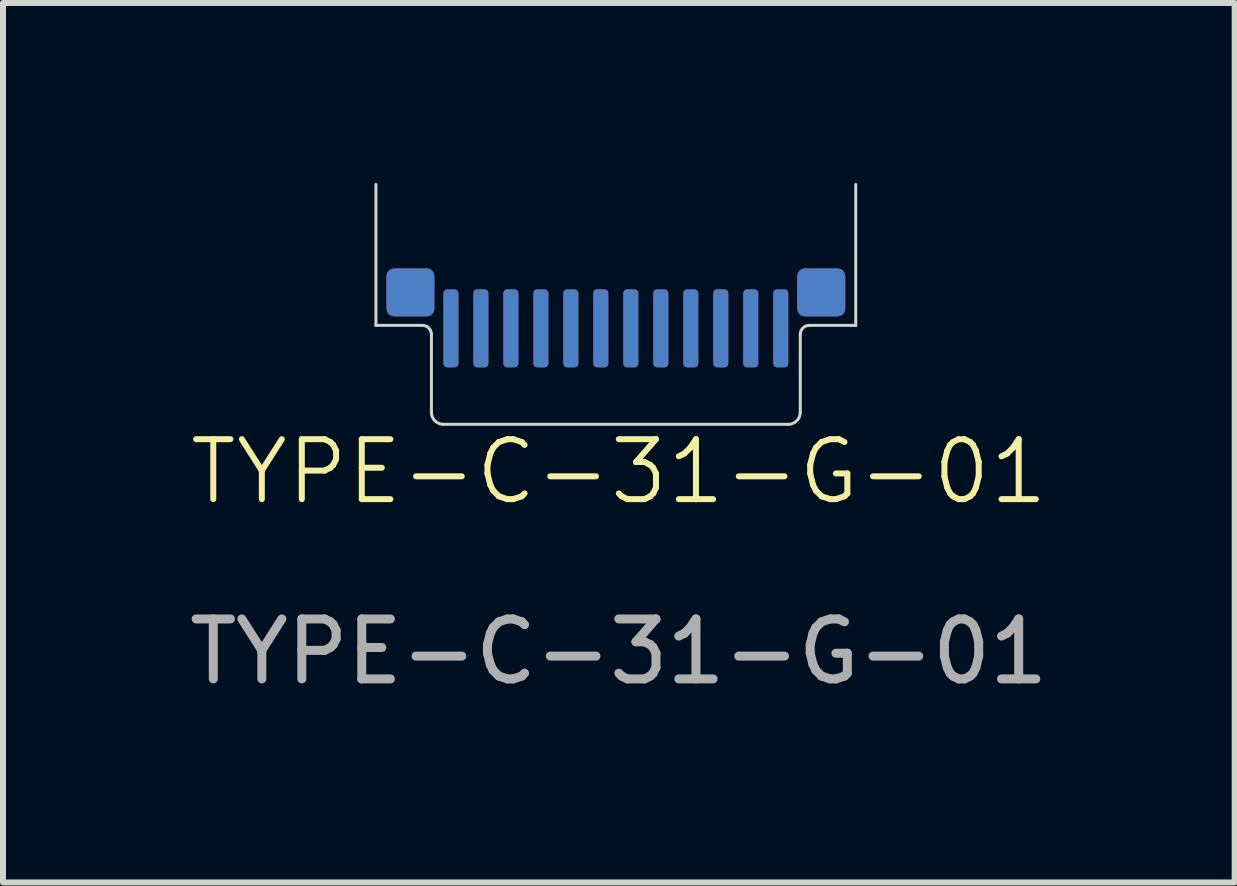
<source format=kicad_pcb>
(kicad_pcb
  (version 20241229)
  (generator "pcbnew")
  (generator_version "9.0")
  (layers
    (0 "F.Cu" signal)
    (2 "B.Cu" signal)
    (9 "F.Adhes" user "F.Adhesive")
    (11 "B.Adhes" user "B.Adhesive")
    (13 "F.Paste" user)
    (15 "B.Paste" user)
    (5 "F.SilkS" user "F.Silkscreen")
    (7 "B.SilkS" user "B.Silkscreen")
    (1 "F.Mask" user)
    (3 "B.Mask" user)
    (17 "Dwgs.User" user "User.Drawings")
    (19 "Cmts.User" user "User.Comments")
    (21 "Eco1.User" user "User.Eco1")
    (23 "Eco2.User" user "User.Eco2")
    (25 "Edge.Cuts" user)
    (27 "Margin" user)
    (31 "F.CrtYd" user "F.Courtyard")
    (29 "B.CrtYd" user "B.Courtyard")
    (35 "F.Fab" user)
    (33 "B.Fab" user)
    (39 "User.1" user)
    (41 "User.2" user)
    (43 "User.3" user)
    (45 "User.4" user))
  (footprint "TYPE-C-31-G-01"
    (layer "F.Cu")
    (at 7.218 4.025)
    (property "Reference" "TYPE-C-31-G-01" (at 0.05 0.79 0) (unlocked yes) (layer "F.SilkS") (effects (font (size 1 1) (thickness 0.1))))
    (attr smd)
    (fp_line (start -4 -4) (end -4 -1.65) (stroke (width 0.05) (type default)) (layer "Edge.Cuts"))
    (fp_line (start -3.225 -1.65) (end -4 -1.65) (stroke (width 0.05) (type default)) (layer "Edge.Cuts"))
    (fp_line (start -3.075 -0.2) (end -3.075 -1.5) (stroke (width 0.05) (type default)) (layer "Edge.Cuts"))
    (fp_line (start -2.875 0) (end 2.875 0) (stroke (width 0.05) (type default)) (layer "Edge.Cuts"))
    (fp_line (start 3.075 -0.2) (end 3.075 -1.5) (stroke (width 0.05) (type default)) (layer "Edge.Cuts"))
    (fp_line (start 3.225 -1.65) (end 4 -1.65) (stroke (width 0.05) (type default)) (layer "Edge.Cuts"))
    (fp_line (start 4 -4) (end 4 -1.65) (stroke (width 0.05) (type default)) (layer "Edge.Cuts"))
    (fp_arc (start -3.225 -1.65) (mid -3.118934 -1.606066) (end -3.075 -1.5) (stroke (width 0.05) (type default)) (layer "Edge.Cuts"))
    (fp_arc (start -2.875 0) (mid -3.016421 -0.058579) (end -3.075 -0.2) (stroke (width 0.05) (type default)) (layer "Edge.Cuts"))
    (fp_arc (start 3.075 -1.5) (mid 3.118934 -1.606066) (end 3.225 -1.65) (stroke (width 0.05) (type default)) (layer "Edge.Cuts"))
    (fp_arc (start 3.075 -0.2) (mid 3.016421 -0.058579) (end 2.875 0) (stroke (width 0.05) (type default)) (layer "Edge.Cuts"))
    (fp_text user "${REFERENCE}" (at 0.05 3.79 0) (unlocked yes) (layer "F.Fab") (effects (font (size 1 1) (thickness 0.15))))
    (pad "A1" smd roundrect (at -3.425 -2.2) (size 0.8 0.8) (layers "F.Cu" "F.Mask" "F.Paste") (roundrect_rratio 0.16))
    (pad "A1" smd roundrect (at -3.425 -2.2) (size 0.8 0.8) (layers "B.Cu" "B.Mask" "B.Paste") (roundrect_rratio 0.16))
    (pad "A1" smd roundrect (at 2.75 -1.6) (size 0.25 1.3) (layers "F.Cu" "F.Mask" "F.Paste") (roundrect_rratio 0.25))
    (pad "A1" smd roundrect (at 3.425 -2.2) (size 0.8 0.8) (layers "F.Cu" "F.Mask" "F.Paste") (roundrect_rratio 0.16))
    (pad "A1" smd roundrect (at 3.425 -2.2) (size 0.8 0.8) (layers "B.Cu" "B.Mask" "B.Paste") (roundrect_rratio 0.16))
    (pad "A2" smd roundrect (at 2.25 -1.6) (size 0.25 1.3) (layers "F.Cu" "F.Mask" "F.Paste") (roundrect_rratio 0.25))
    (pad "A3" smd roundrect (at 1.75 -1.6) (size 0.25 1.3) (layers "F.Cu" "F.Mask" "F.Paste") (roundrect_rratio 0.25))
    (pad "A4" smd roundrect (at 1.25 -1.6) (size 0.25 1.3) (layers "F.Cu" "F.Mask" "F.Paste") (roundrect_rratio 0.25))
    (pad "A5" smd roundrect (at 0.75 -1.6) (size 0.25 1.3) (layers "F.Cu" "F.Mask" "F.Paste") (roundrect_rratio 0.25))
    (pad "A6" smd roundrect (at 0.25 -1.6) (size 0.25 1.3) (layers "F.Cu" "F.Mask" "F.Paste") (roundrect_rratio 0.25))
    (pad "A7" smd roundrect (at -0.25 -1.6) (size 0.25 1.3) (layers "F.Cu" "F.Mask" "F.Paste") (roundrect_rratio 0.25))
    (pad "A8" smd roundrect (at -0.75 -1.6) (size 0.25 1.3) (layers "F.Cu" "F.Mask" "F.Paste") (roundrect_rratio 0.25))
    (pad "A9" smd roundrect (at -1.25 -1.6) (size 0.25 1.3) (layers "F.Cu" "F.Mask" "F.Paste") (roundrect_rratio 0.25))
    (pad "A10" smd roundrect (at -1.75 -1.6) (size 0.25 1.3) (layers "F.Cu" "F.Mask" "F.Paste") (roundrect_rratio 0.25))
    (pad "A11" smd roundrect (at -2.25 -1.6) (size 0.25 1.3) (layers "F.Cu" "F.Mask" "F.Paste") (roundrect_rratio 0.25))
    (pad "A12" smd roundrect (at -2.75 -1.6) (size 0.25 1.3) (layers "F.Cu" "F.Mask" "F.Paste") (roundrect_rratio 0.25))
    (pad "B1" smd roundrect (at -2.75 -1.6) (size 0.25 1.3) (layers "B.Cu" "B.Mask" "B.Paste") (roundrect_rratio 0.25))
    (pad "B2" smd roundrect (at -2.25 -1.6) (size 0.25 1.3) (layers "B.Cu" "B.Mask" "B.Paste") (roundrect_rratio 0.25))
    (pad "B3" smd roundrect (at -1.75 -1.6) (size 0.25 1.3) (layers "B.Cu" "B.Mask" "B.Paste") (roundrect_rratio 0.25))
    (pad "B4" smd roundrect (at -1.25 -1.6) (size 0.25 1.3) (layers "B.Cu" "B.Mask" "B.Paste") (roundrect_rratio 0.25))
    (pad "B5" smd roundrect (at -0.75 -1.6) (size 0.25 1.3) (layers "B.Cu" "B.Mask" "B.Paste") (roundrect_rratio 0.25))
    (pad "B6" smd roundrect (at -0.25 -1.6) (size 0.25 1.3) (layers "B.Cu" "B.Mask" "B.Paste") (roundrect_rratio 0.25))
    (pad "B7" smd roundrect (at 0.25 -1.6) (size 0.25 1.3) (layers "B.Cu" "B.Mask" "B.Paste") (roundrect_rratio 0.25))
    (pad "B8" smd roundrect (at 0.75 -1.6) (size 0.25 1.3) (layers "B.Cu" "B.Mask" "B.Paste") (roundrect_rratio 0.25))
    (pad "B9" smd roundrect (at 1.25 -1.6) (size 0.25 1.3) (layers "B.Cu" "B.Mask" "B.Paste") (roundrect_rratio 0.25))
    (pad "B10" smd roundrect (at 1.75 -1.6) (size 0.25 1.3) (layers "B.Cu" "B.Mask" "B.Paste") (roundrect_rratio 0.25))
    (pad "B11" smd roundrect (at 2.25 -1.6) (size 0.25 1.3) (layers "B.Cu" "B.Mask" "B.Paste") (roundrect_rratio 0.25))
    (pad "B12" smd roundrect (at 2.75 -1.6) (size 0.25 1.3) (layers "B.Cu" "B.Mask" "B.Paste") (roundrect_rratio 0.25)))
  (gr_rect
    (start -3 -3)
    (end 17.536 11.663)
    (stroke (width 0.1) (type default))
    (fill no)
    (layer "Edge.Cuts")))
</source>
